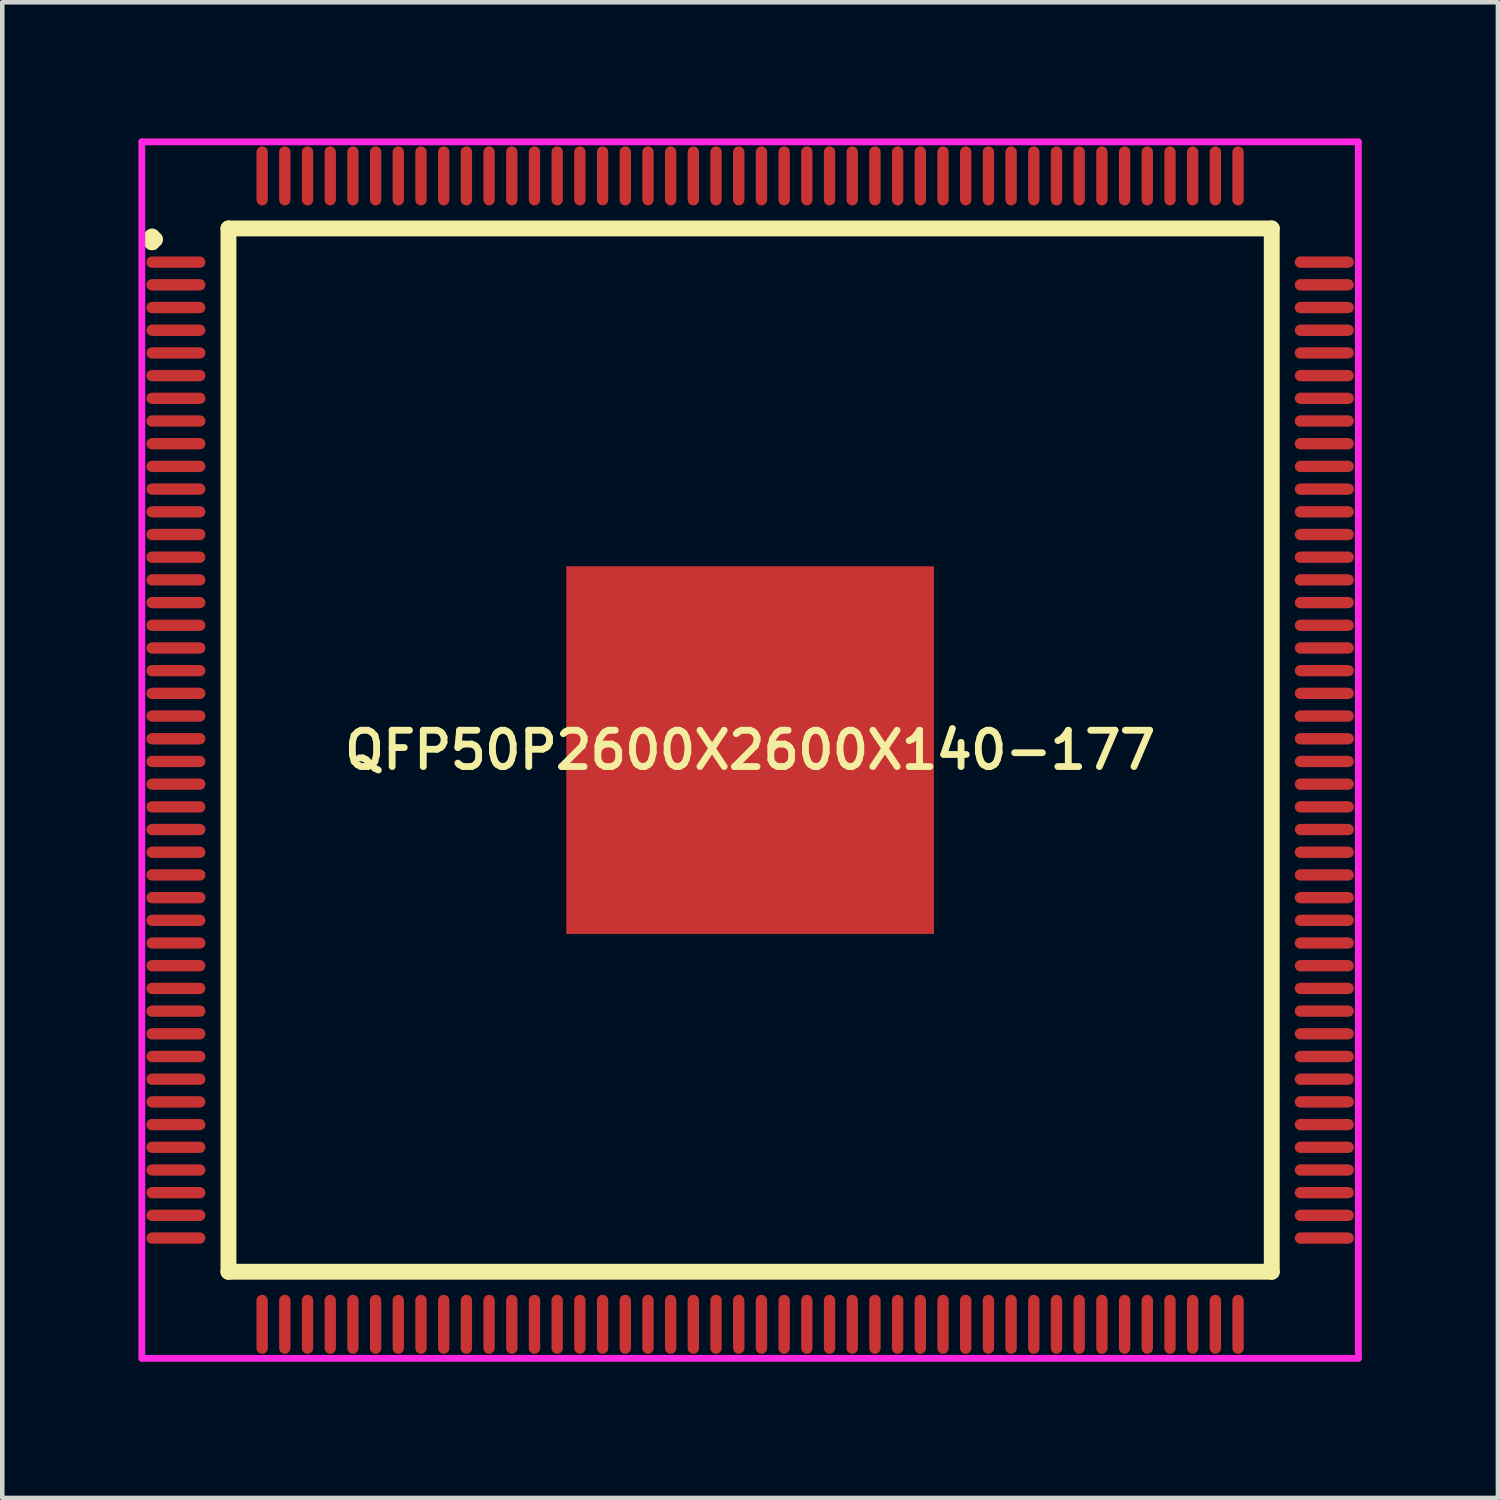
<source format=kicad_pcb>
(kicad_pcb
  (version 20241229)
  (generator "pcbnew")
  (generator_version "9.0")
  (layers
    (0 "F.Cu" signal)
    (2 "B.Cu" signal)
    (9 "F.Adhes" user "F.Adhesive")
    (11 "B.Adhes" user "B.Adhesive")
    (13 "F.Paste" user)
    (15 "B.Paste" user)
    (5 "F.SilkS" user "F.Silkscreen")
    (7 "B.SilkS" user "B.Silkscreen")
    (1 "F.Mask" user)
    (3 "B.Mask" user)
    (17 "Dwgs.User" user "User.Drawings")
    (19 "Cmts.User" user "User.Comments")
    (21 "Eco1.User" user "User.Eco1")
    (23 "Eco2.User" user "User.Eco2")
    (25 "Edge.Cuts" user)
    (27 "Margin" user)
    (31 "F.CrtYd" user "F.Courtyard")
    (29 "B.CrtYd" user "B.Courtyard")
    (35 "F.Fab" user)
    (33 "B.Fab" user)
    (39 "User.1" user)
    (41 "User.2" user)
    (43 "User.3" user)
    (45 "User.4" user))
  (footprint "QFP50P2600X2600X140-177"
    (layer "F.Cu")
    (at 13.475 13.475)
    (property "Reference" "QFP50P2600X2600X140-177" (at 0 0 0) (layer "F.SilkS") (effects (font (size 0.8 0.8) (thickness 0.15))))
    (attr smd)
    (fp_line (start -13.238 -11.25) (end -13.175 -11.312) (stroke (width 0.35) (type solid)) (layer "F.SilkS"))
    (fp_line (start -13.175 -11.312) (end -13.113 -11.25) (stroke (width 0.35) (type solid)) (layer "F.SilkS"))
    (fp_line (start -13.175 -11.188) (end -13.238 -11.25) (stroke (width 0.35) (type solid)) (layer "F.SilkS"))
    (fp_line (start -13.113 -11.25) (end -13.175 -11.188) (stroke (width 0.35) (type solid)) (layer "F.SilkS"))
    (fp_line (start -11.492 -11.492) (end -11.492 11.492) (stroke (width 0.35) (type solid)) (layer "F.SilkS"))
    (fp_line (start -11.492 11.492) (end 11.492 11.492) (stroke (width 0.35) (type solid)) (layer "F.SilkS"))
    (fp_line (start 11.492 -11.492) (end -11.492 -11.492) (stroke (width 0.35) (type solid)) (layer "F.SilkS"))
    (fp_line (start 11.492 11.492) (end 11.492 -11.492) (stroke (width 0.35) (type solid)) (layer "F.SilkS"))
    (fp_line (start -13.4 -13.4) (end 13.4 -13.4) (stroke (width 0.15) (type solid)) (layer "F.CrtYd"))
    (fp_line (start -13.4 13.4) (end -13.4 -13.4) (stroke (width 0.15) (type solid)) (layer "F.CrtYd"))
    (fp_line (start 13.4 -13.4) (end 13.4 13.4) (stroke (width 0.15) (type solid)) (layer "F.CrtYd"))
    (fp_line (start 13.4 13.4) (end -13.4 13.4) (stroke (width 0.15) (type solid)) (layer "F.CrtYd"))
    (pad "1" smd oval (at -12.65 -10.75) (size 1.3 0.25) (layers "F.Cu" "F.Mask" "F.Paste"))
    (pad "2" smd oval (at -12.65 -10.25) (size 1.3 0.25) (layers "F.Cu" "F.Mask" "F.Paste"))
    (pad "3" smd oval (at -12.65 -9.75) (size 1.3 0.25) (layers "F.Cu" "F.Mask" "F.Paste"))
    (pad "4" smd oval (at -12.65 -9.25) (size 1.3 0.25) (layers "F.Cu" "F.Mask" "F.Paste"))
    (pad "5" smd oval (at -12.65 -8.75) (size 1.3 0.25) (layers "F.Cu" "F.Mask" "F.Paste"))
    (pad "6" smd oval (at -12.65 -8.25) (size 1.3 0.25) (layers "F.Cu" "F.Mask" "F.Paste"))
    (pad "7" smd oval (at -12.65 -7.75) (size 1.3 0.25) (layers "F.Cu" "F.Mask" "F.Paste"))
    (pad "8" smd oval (at -12.65 -7.25) (size 1.3 0.25) (layers "F.Cu" "F.Mask" "F.Paste"))
    (pad "9" smd oval (at -12.65 -6.75) (size 1.3 0.25) (layers "F.Cu" "F.Mask" "F.Paste"))
    (pad "10" smd oval (at -12.65 -6.25) (size 1.3 0.25) (layers "F.Cu" "F.Mask" "F.Paste"))
    (pad "11" smd oval (at -12.65 -5.75) (size 1.3 0.25) (layers "F.Cu" "F.Mask" "F.Paste"))
    (pad "12" smd oval (at -12.65 -5.25) (size 1.3 0.25) (layers "F.Cu" "F.Mask" "F.Paste"))
    (pad "13" smd oval (at -12.65 -4.75) (size 1.3 0.25) (layers "F.Cu" "F.Mask" "F.Paste"))
    (pad "14" smd oval (at -12.65 -4.25) (size 1.3 0.25) (layers "F.Cu" "F.Mask" "F.Paste"))
    (pad "15" smd oval (at -12.65 -3.75) (size 1.3 0.25) (layers "F.Cu" "F.Mask" "F.Paste"))
    (pad "16" smd oval (at -12.65 -3.25) (size 1.3 0.25) (layers "F.Cu" "F.Mask" "F.Paste"))
    (pad "17" smd oval (at -12.65 -2.75) (size 1.3 0.25) (layers "F.Cu" "F.Mask" "F.Paste"))
    (pad "18" smd oval (at -12.65 -2.25) (size 1.3 0.25) (layers "F.Cu" "F.Mask" "F.Paste"))
    (pad "19" smd oval (at -12.65 -1.75) (size 1.3 0.25) (layers "F.Cu" "F.Mask" "F.Paste"))
    (pad "20" smd oval (at -12.65 -1.25) (size 1.3 0.25) (layers "F.Cu" "F.Mask" "F.Paste"))
    (pad "21" smd oval (at -12.65 -0.75) (size 1.3 0.25) (layers "F.Cu" "F.Mask" "F.Paste"))
    (pad "22" smd oval (at -12.65 -0.25) (size 1.3 0.25) (layers "F.Cu" "F.Mask" "F.Paste"))
    (pad "23" smd oval (at -12.65 0.25) (size 1.3 0.25) (layers "F.Cu" "F.Mask" "F.Paste"))
    (pad "24" smd oval (at -12.65 0.75) (size 1.3 0.25) (layers "F.Cu" "F.Mask" "F.Paste"))
    (pad "25" smd oval (at -12.65 1.25) (size 1.3 0.25) (layers "F.Cu" "F.Mask" "F.Paste"))
    (pad "26" smd oval (at -12.65 1.75) (size 1.3 0.25) (layers "F.Cu" "F.Mask" "F.Paste"))
    (pad "27" smd oval (at -12.65 2.25) (size 1.3 0.25) (layers "F.Cu" "F.Mask" "F.Paste"))
    (pad "28" smd oval (at -12.65 2.75) (size 1.3 0.25) (layers "F.Cu" "F.Mask" "F.Paste"))
    (pad "29" smd oval (at -12.65 3.25) (size 1.3 0.25) (layers "F.Cu" "F.Mask" "F.Paste"))
    (pad "30" smd oval (at -12.65 3.75) (size 1.3 0.25) (layers "F.Cu" "F.Mask" "F.Paste"))
    (pad "31" smd oval (at -12.65 4.25) (size 1.3 0.25) (layers "F.Cu" "F.Mask" "F.Paste"))
    (pad "32" smd oval (at -12.65 4.75) (size 1.3 0.25) (layers "F.Cu" "F.Mask" "F.Paste"))
    (pad "33" smd oval (at -12.65 5.25) (size 1.3 0.25) (layers "F.Cu" "F.Mask" "F.Paste"))
    (pad "34" smd oval (at -12.65 5.75) (size 1.3 0.25) (layers "F.Cu" "F.Mask" "F.Paste"))
    (pad "35" smd oval (at -12.65 6.25) (size 1.3 0.25) (layers "F.Cu" "F.Mask" "F.Paste"))
    (pad "36" smd oval (at -12.65 6.75) (size 1.3 0.25) (layers "F.Cu" "F.Mask" "F.Paste"))
    (pad "37" smd oval (at -12.65 7.25) (size 1.3 0.25) (layers "F.Cu" "F.Mask" "F.Paste"))
    (pad "38" smd oval (at -12.65 7.75) (size 1.3 0.25) (layers "F.Cu" "F.Mask" "F.Paste"))
    (pad "39" smd oval (at -12.65 8.25) (size 1.3 0.25) (layers "F.Cu" "F.Mask" "F.Paste"))
    (pad "40" smd oval (at -12.65 8.75) (size 1.3 0.25) (layers "F.Cu" "F.Mask" "F.Paste"))
    (pad "41" smd oval (at -12.65 9.25) (size 1.3 0.25) (layers "F.Cu" "F.Mask" "F.Paste"))
    (pad "42" smd oval (at -12.65 9.75) (size 1.3 0.25) (layers "F.Cu" "F.Mask" "F.Paste"))
    (pad "43" smd oval (at -12.65 10.25) (size 1.3 0.25) (layers "F.Cu" "F.Mask" "F.Paste"))
    (pad "44" smd oval (at -12.65 10.75) (size 1.3 0.25) (layers "F.Cu" "F.Mask" "F.Paste"))
    (pad "45" smd oval (at -10.75 12.65) (size 0.25 1.3) (layers "F.Cu" "F.Mask" "F.Paste"))
    (pad "46" smd oval (at -10.25 12.65) (size 0.25 1.3) (layers "F.Cu" "F.Mask" "F.Paste"))
    (pad "47" smd oval (at -9.75 12.65) (size 0.25 1.3) (layers "F.Cu" "F.Mask" "F.Paste"))
    (pad "48" smd oval (at -9.25 12.65) (size 0.25 1.3) (layers "F.Cu" "F.Mask" "F.Paste"))
    (pad "49" smd oval (at -8.75 12.65) (size 0.25 1.3) (layers "F.Cu" "F.Mask" "F.Paste"))
    (pad "50" smd oval (at -8.25 12.65) (size 0.25 1.3) (layers "F.Cu" "F.Mask" "F.Paste"))
    (pad "51" smd oval (at -7.75 12.65) (size 0.25 1.3) (layers "F.Cu" "F.Mask" "F.Paste"))
    (pad "52" smd oval (at -7.25 12.65) (size 0.25 1.3) (layers "F.Cu" "F.Mask" "F.Paste"))
    (pad "53" smd oval (at -6.75 12.65) (size 0.25 1.3) (layers "F.Cu" "F.Mask" "F.Paste"))
    (pad "54" smd oval (at -6.25 12.65) (size 0.25 1.3) (layers "F.Cu" "F.Mask" "F.Paste"))
    (pad "55" smd oval (at -5.75 12.65) (size 0.25 1.3) (layers "F.Cu" "F.Mask" "F.Paste"))
    (pad "56" smd oval (at -5.25 12.65) (size 0.25 1.3) (layers "F.Cu" "F.Mask" "F.Paste"))
    (pad "57" smd oval (at -4.75 12.65) (size 0.25 1.3) (layers "F.Cu" "F.Mask" "F.Paste"))
    (pad "58" smd oval (at -4.25 12.65) (size 0.25 1.3) (layers "F.Cu" "F.Mask" "F.Paste"))
    (pad "59" smd oval (at -3.75 12.65) (size 0.25 1.3) (layers "F.Cu" "F.Mask" "F.Paste"))
    (pad "60" smd oval (at -3.25 12.65) (size 0.25 1.3) (layers "F.Cu" "F.Mask" "F.Paste"))
    (pad "61" smd oval (at -2.75 12.65) (size 0.25 1.3) (layers "F.Cu" "F.Mask" "F.Paste"))
    (pad "62" smd oval (at -2.25 12.65) (size 0.25 1.3) (layers "F.Cu" "F.Mask" "F.Paste"))
    (pad "63" smd oval (at -1.75 12.65) (size 0.25 1.3) (layers "F.Cu" "F.Mask" "F.Paste"))
    (pad "64" smd oval (at -1.25 12.65) (size 0.25 1.3) (layers "F.Cu" "F.Mask" "F.Paste"))
    (pad "65" smd oval (at -0.75 12.65) (size 0.25 1.3) (layers "F.Cu" "F.Mask" "F.Paste"))
    (pad "66" smd oval (at -0.25 12.65) (size 0.25 1.3) (layers "F.Cu" "F.Mask" "F.Paste"))
    (pad "67" smd oval (at 0.25 12.65) (size 0.25 1.3) (layers "F.Cu" "F.Mask" "F.Paste"))
    (pad "68" smd oval (at 0.75 12.65) (size 0.25 1.3) (layers "F.Cu" "F.Mask" "F.Paste"))
    (pad "69" smd oval (at 1.25 12.65) (size 0.25 1.3) (layers "F.Cu" "F.Mask" "F.Paste"))
    (pad "70" smd oval (at 1.75 12.65) (size 0.25 1.3) (layers "F.Cu" "F.Mask" "F.Paste"))
    (pad "71" smd oval (at 2.25 12.65) (size 0.25 1.3) (layers "F.Cu" "F.Mask" "F.Paste"))
    (pad "72" smd oval (at 2.75 12.65) (size 0.25 1.3) (layers "F.Cu" "F.Mask" "F.Paste"))
    (pad "73" smd oval (at 3.25 12.65) (size 0.25 1.3) (layers "F.Cu" "F.Mask" "F.Paste"))
    (pad "74" smd oval (at 3.75 12.65) (size 0.25 1.3) (layers "F.Cu" "F.Mask" "F.Paste"))
    (pad "75" smd oval (at 4.25 12.65) (size 0.25 1.3) (layers "F.Cu" "F.Mask" "F.Paste"))
    (pad "76" smd oval (at 4.75 12.65) (size 0.25 1.3) (layers "F.Cu" "F.Mask" "F.Paste"))
    (pad "77" smd oval (at 5.25 12.65) (size 0.25 1.3) (layers "F.Cu" "F.Mask" "F.Paste"))
    (pad "78" smd oval (at 5.75 12.65) (size 0.25 1.3) (layers "F.Cu" "F.Mask" "F.Paste"))
    (pad "79" smd oval (at 6.25 12.65) (size 0.25 1.3) (layers "F.Cu" "F.Mask" "F.Paste"))
    (pad "80" smd oval (at 6.75 12.65) (size 0.25 1.3) (layers "F.Cu" "F.Mask" "F.Paste"))
    (pad "81" smd oval (at 7.25 12.65) (size 0.25 1.3) (layers "F.Cu" "F.Mask" "F.Paste"))
    (pad "82" smd oval (at 7.75 12.65) (size 0.25 1.3) (layers "F.Cu" "F.Mask" "F.Paste"))
    (pad "83" smd oval (at 8.25 12.65) (size 0.25 1.3) (layers "F.Cu" "F.Mask" "F.Paste"))
    (pad "84" smd oval (at 8.75 12.65) (size 0.25 1.3) (layers "F.Cu" "F.Mask" "F.Paste"))
    (pad "85" smd oval (at 9.25 12.65) (size 0.25 1.3) (layers "F.Cu" "F.Mask" "F.Paste"))
    (pad "86" smd oval (at 9.75 12.65) (size 0.25 1.3) (layers "F.Cu" "F.Mask" "F.Paste"))
    (pad "87" smd oval (at 10.25 12.65) (size 0.25 1.3) (layers "F.Cu" "F.Mask" "F.Paste"))
    (pad "88" smd oval (at 10.75 12.65) (size 0.25 1.3) (layers "F.Cu" "F.Mask" "F.Paste"))
    (pad "89" smd oval (at 12.65 10.75) (size 1.3 0.25) (layers "F.Cu" "F.Mask" "F.Paste"))
    (pad "90" smd oval (at 12.65 10.25) (size 1.3 0.25) (layers "F.Cu" "F.Mask" "F.Paste"))
    (pad "91" smd oval (at 12.65 9.75) (size 1.3 0.25) (layers "F.Cu" "F.Mask" "F.Paste"))
    (pad "92" smd oval (at 12.65 9.25) (size 1.3 0.25) (layers "F.Cu" "F.Mask" "F.Paste"))
    (pad "93" smd oval (at 12.65 8.75) (size 1.3 0.25) (layers "F.Cu" "F.Mask" "F.Paste"))
    (pad "94" smd oval (at 12.65 8.25) (size 1.3 0.25) (layers "F.Cu" "F.Mask" "F.Paste"))
    (pad "95" smd oval (at 12.65 7.75) (size 1.3 0.25) (layers "F.Cu" "F.Mask" "F.Paste"))
    (pad "96" smd oval (at 12.65 7.25) (size 1.3 0.25) (layers "F.Cu" "F.Mask" "F.Paste"))
    (pad "97" smd oval (at 12.65 6.75) (size 1.3 0.25) (layers "F.Cu" "F.Mask" "F.Paste"))
    (pad "98" smd oval (at 12.65 6.25) (size 1.3 0.25) (layers "F.Cu" "F.Mask" "F.Paste"))
    (pad "99" smd oval (at 12.65 5.75) (size 1.3 0.25) (layers "F.Cu" "F.Mask" "F.Paste"))
    (pad "100" smd oval (at 12.65 5.25) (size 1.3 0.25) (layers "F.Cu" "F.Mask" "F.Paste"))
    (pad "101" smd oval (at 12.65 4.75) (size 1.3 0.25) (layers "F.Cu" "F.Mask" "F.Paste"))
    (pad "102" smd oval (at 12.65 4.25) (size 1.3 0.25) (layers "F.Cu" "F.Mask" "F.Paste"))
    (pad "103" smd oval (at 12.65 3.75) (size 1.3 0.25) (layers "F.Cu" "F.Mask" "F.Paste"))
    (pad "104" smd oval (at 12.65 3.25) (size 1.3 0.25) (layers "F.Cu" "F.Mask" "F.Paste"))
    (pad "105" smd oval (at 12.65 2.75) (size 1.3 0.25) (layers "F.Cu" "F.Mask" "F.Paste"))
    (pad "106" smd oval (at 12.65 2.25) (size 1.3 0.25) (layers "F.Cu" "F.Mask" "F.Paste"))
    (pad "107" smd oval (at 12.65 1.75) (size 1.3 0.25) (layers "F.Cu" "F.Mask" "F.Paste"))
    (pad "108" smd oval (at 12.65 1.25) (size 1.3 0.25) (layers "F.Cu" "F.Mask" "F.Paste"))
    (pad "109" smd oval (at 12.65 0.75) (size 1.3 0.25) (layers "F.Cu" "F.Mask" "F.Paste"))
    (pad "110" smd oval (at 12.65 0.25) (size 1.3 0.25) (layers "F.Cu" "F.Mask" "F.Paste"))
    (pad "111" smd oval (at 12.65 -0.25) (size 1.3 0.25) (layers "F.Cu" "F.Mask" "F.Paste"))
    (pad "112" smd oval (at 12.65 -0.75) (size 1.3 0.25) (layers "F.Cu" "F.Mask" "F.Paste"))
    (pad "113" smd oval (at 12.65 -1.25) (size 1.3 0.25) (layers "F.Cu" "F.Mask" "F.Paste"))
    (pad "114" smd oval (at 12.65 -1.75) (size 1.3 0.25) (layers "F.Cu" "F.Mask" "F.Paste"))
    (pad "115" smd oval (at 12.65 -2.25) (size 1.3 0.25) (layers "F.Cu" "F.Mask" "F.Paste"))
    (pad "116" smd oval (at 12.65 -2.75) (size 1.3 0.25) (layers "F.Cu" "F.Mask" "F.Paste"))
    (pad "117" smd oval (at 12.65 -3.25) (size 1.3 0.25) (layers "F.Cu" "F.Mask" "F.Paste"))
    (pad "118" smd oval (at 12.65 -3.75) (size 1.3 0.25) (layers "F.Cu" "F.Mask" "F.Paste"))
    (pad "119" smd oval (at 12.65 -4.25) (size 1.3 0.25) (layers "F.Cu" "F.Mask" "F.Paste"))
    (pad "120" smd oval (at 12.65 -4.75) (size 1.3 0.25) (layers "F.Cu" "F.Mask" "F.Paste"))
    (pad "121" smd oval (at 12.65 -5.25) (size 1.3 0.25) (layers "F.Cu" "F.Mask" "F.Paste"))
    (pad "122" smd oval (at 12.65 -5.75) (size 1.3 0.25) (layers "F.Cu" "F.Mask" "F.Paste"))
    (pad "123" smd oval (at 12.65 -6.25) (size 1.3 0.25) (layers "F.Cu" "F.Mask" "F.Paste"))
    (pad "124" smd oval (at 12.65 -6.75) (size 1.3 0.25) (layers "F.Cu" "F.Mask" "F.Paste"))
    (pad "125" smd oval (at 12.65 -7.25) (size 1.3 0.25) (layers "F.Cu" "F.Mask" "F.Paste"))
    (pad "126" smd oval (at 12.65 -7.75) (size 1.3 0.25) (layers "F.Cu" "F.Mask" "F.Paste"))
    (pad "127" smd oval (at 12.65 -8.25) (size 1.3 0.25) (layers "F.Cu" "F.Mask" "F.Paste"))
    (pad "128" smd oval (at 12.65 -8.75) (size 1.3 0.25) (layers "F.Cu" "F.Mask" "F.Paste"))
    (pad "129" smd oval (at 12.65 -9.25) (size 1.3 0.25) (layers "F.Cu" "F.Mask" "F.Paste"))
    (pad "130" smd oval (at 12.65 -9.75) (size 1.3 0.25) (layers "F.Cu" "F.Mask" "F.Paste"))
    (pad "131" smd oval (at 12.65 -10.25) (size 1.3 0.25) (layers "F.Cu" "F.Mask" "F.Paste"))
    (pad "132" smd oval (at 12.65 -10.75) (size 1.3 0.25) (layers "F.Cu" "F.Mask" "F.Paste"))
    (pad "133" smd oval (at 10.75 -12.65) (size 0.25 1.3) (layers "F.Cu" "F.Mask" "F.Paste"))
    (pad "134" smd oval (at 10.25 -12.65) (size 0.25 1.3) (layers "F.Cu" "F.Mask" "F.Paste"))
    (pad "135" smd oval (at 9.75 -12.65) (size 0.25 1.3) (layers "F.Cu" "F.Mask" "F.Paste"))
    (pad "136" smd oval (at 9.25 -12.65) (size 0.25 1.3) (layers "F.Cu" "F.Mask" "F.Paste"))
    (pad "137" smd oval (at 8.75 -12.65) (size 0.25 1.3) (layers "F.Cu" "F.Mask" "F.Paste"))
    (pad "138" smd oval (at 8.25 -12.65) (size 0.25 1.3) (layers "F.Cu" "F.Mask" "F.Paste"))
    (pad "139" smd oval (at 7.75 -12.65) (size 0.25 1.3) (layers "F.Cu" "F.Mask" "F.Paste"))
    (pad "140" smd oval (at 7.25 -12.65) (size 0.25 1.3) (layers "F.Cu" "F.Mask" "F.Paste"))
    (pad "141" smd oval (at 6.75 -12.65) (size 0.25 1.3) (layers "F.Cu" "F.Mask" "F.Paste"))
    (pad "142" smd oval (at 6.25 -12.65) (size 0.25 1.3) (layers "F.Cu" "F.Mask" "F.Paste"))
    (pad "143" smd oval (at 5.75 -12.65) (size 0.25 1.3) (layers "F.Cu" "F.Mask" "F.Paste"))
    (pad "144" smd oval (at 5.25 -12.65) (size 0.25 1.3) (layers "F.Cu" "F.Mask" "F.Paste"))
    (pad "145" smd oval (at 4.75 -12.65) (size 0.25 1.3) (layers "F.Cu" "F.Mask" "F.Paste"))
    (pad "146" smd oval (at 4.25 -12.65) (size 0.25 1.3) (layers "F.Cu" "F.Mask" "F.Paste"))
    (pad "147" smd oval (at 3.75 -12.65) (size 0.25 1.3) (layers "F.Cu" "F.Mask" "F.Paste"))
    (pad "148" smd oval (at 3.25 -12.65) (size 0.25 1.3) (layers "F.Cu" "F.Mask" "F.Paste"))
    (pad "149" smd oval (at 2.75 -12.65) (size 0.25 1.3) (layers "F.Cu" "F.Mask" "F.Paste"))
    (pad "150" smd oval (at 2.25 -12.65) (size 0.25 1.3) (layers "F.Cu" "F.Mask" "F.Paste"))
    (pad "151" smd oval (at 1.75 -12.65) (size 0.25 1.3) (layers "F.Cu" "F.Mask" "F.Paste"))
    (pad "152" smd oval (at 1.25 -12.65) (size 0.25 1.3) (layers "F.Cu" "F.Mask" "F.Paste"))
    (pad "153" smd oval (at 0.75 -12.65) (size 0.25 1.3) (layers "F.Cu" "F.Mask" "F.Paste"))
    (pad "154" smd oval (at 0.25 -12.65) (size 0.25 1.3) (layers "F.Cu" "F.Mask" "F.Paste"))
    (pad "155" smd oval (at -0.25 -12.65) (size 0.25 1.3) (layers "F.Cu" "F.Mask" "F.Paste"))
    (pad "156" smd oval (at -0.75 -12.65) (size 0.25 1.3) (layers "F.Cu" "F.Mask" "F.Paste"))
    (pad "157" smd oval (at -1.25 -12.65) (size 0.25 1.3) (layers "F.Cu" "F.Mask" "F.Paste"))
    (pad "158" smd oval (at -1.75 -12.65) (size 0.25 1.3) (layers "F.Cu" "F.Mask" "F.Paste"))
    (pad "159" smd oval (at -2.25 -12.65) (size 0.25 1.3) (layers "F.Cu" "F.Mask" "F.Paste"))
    (pad "160" smd oval (at -2.75 -12.65) (size 0.25 1.3) (layers "F.Cu" "F.Mask" "F.Paste"))
    (pad "161" smd oval (at -3.25 -12.65) (size 0.25 1.3) (layers "F.Cu" "F.Mask" "F.Paste"))
    (pad "162" smd oval (at -3.75 -12.65) (size 0.25 1.3) (layers "F.Cu" "F.Mask" "F.Paste"))
    (pad "163" smd oval (at -4.25 -12.65) (size 0.25 1.3) (layers "F.Cu" "F.Mask" "F.Paste"))
    (pad "164" smd oval (at -4.75 -12.65) (size 0.25 1.3) (layers "F.Cu" "F.Mask" "F.Paste"))
    (pad "165" smd oval (at -5.25 -12.65) (size 0.25 1.3) (layers "F.Cu" "F.Mask" "F.Paste"))
    (pad "166" smd oval (at -5.75 -12.65) (size 0.25 1.3) (layers "F.Cu" "F.Mask" "F.Paste"))
    (pad "167" smd oval (at -6.25 -12.65) (size 0.25 1.3) (layers "F.Cu" "F.Mask" "F.Paste"))
    (pad "168" smd oval (at -6.75 -12.65) (size 0.25 1.3) (layers "F.Cu" "F.Mask" "F.Paste"))
    (pad "169" smd oval (at -7.25 -12.65) (size 0.25 1.3) (layers "F.Cu" "F.Mask" "F.Paste"))
    (pad "170" smd oval (at -7.75 -12.65) (size 0.25 1.3) (layers "F.Cu" "F.Mask" "F.Paste"))
    (pad "171" smd oval (at -8.25 -12.65) (size 0.25 1.3) (layers "F.Cu" "F.Mask" "F.Paste"))
    (pad "172" smd oval (at -8.75 -12.65) (size 0.25 1.3) (layers "F.Cu" "F.Mask" "F.Paste"))
    (pad "173" smd oval (at -9.25 -12.65) (size 0.25 1.3) (layers "F.Cu" "F.Mask" "F.Paste"))
    (pad "174" smd oval (at -9.75 -12.65) (size 0.25 1.3) (layers "F.Cu" "F.Mask" "F.Paste"))
    (pad "175" smd oval (at -10.25 -12.65) (size 0.25 1.3) (layers "F.Cu" "F.Mask" "F.Paste"))
    (pad "176" smd oval (at -10.75 -12.65) (size 0.25 1.3) (layers "F.Cu" "F.Mask" "F.Paste"))
    (pad "177" smd rect (at 0 0) (size 8.1 8.1) (layers "F.Cu" "F.Mask" "F.Paste")))
  (gr_rect
    (start -3 -3)
    (end 29.95 29.95)
    (stroke (width 0.1) (type default))
    (fill no)
    (layer "Edge.Cuts")))
</source>
